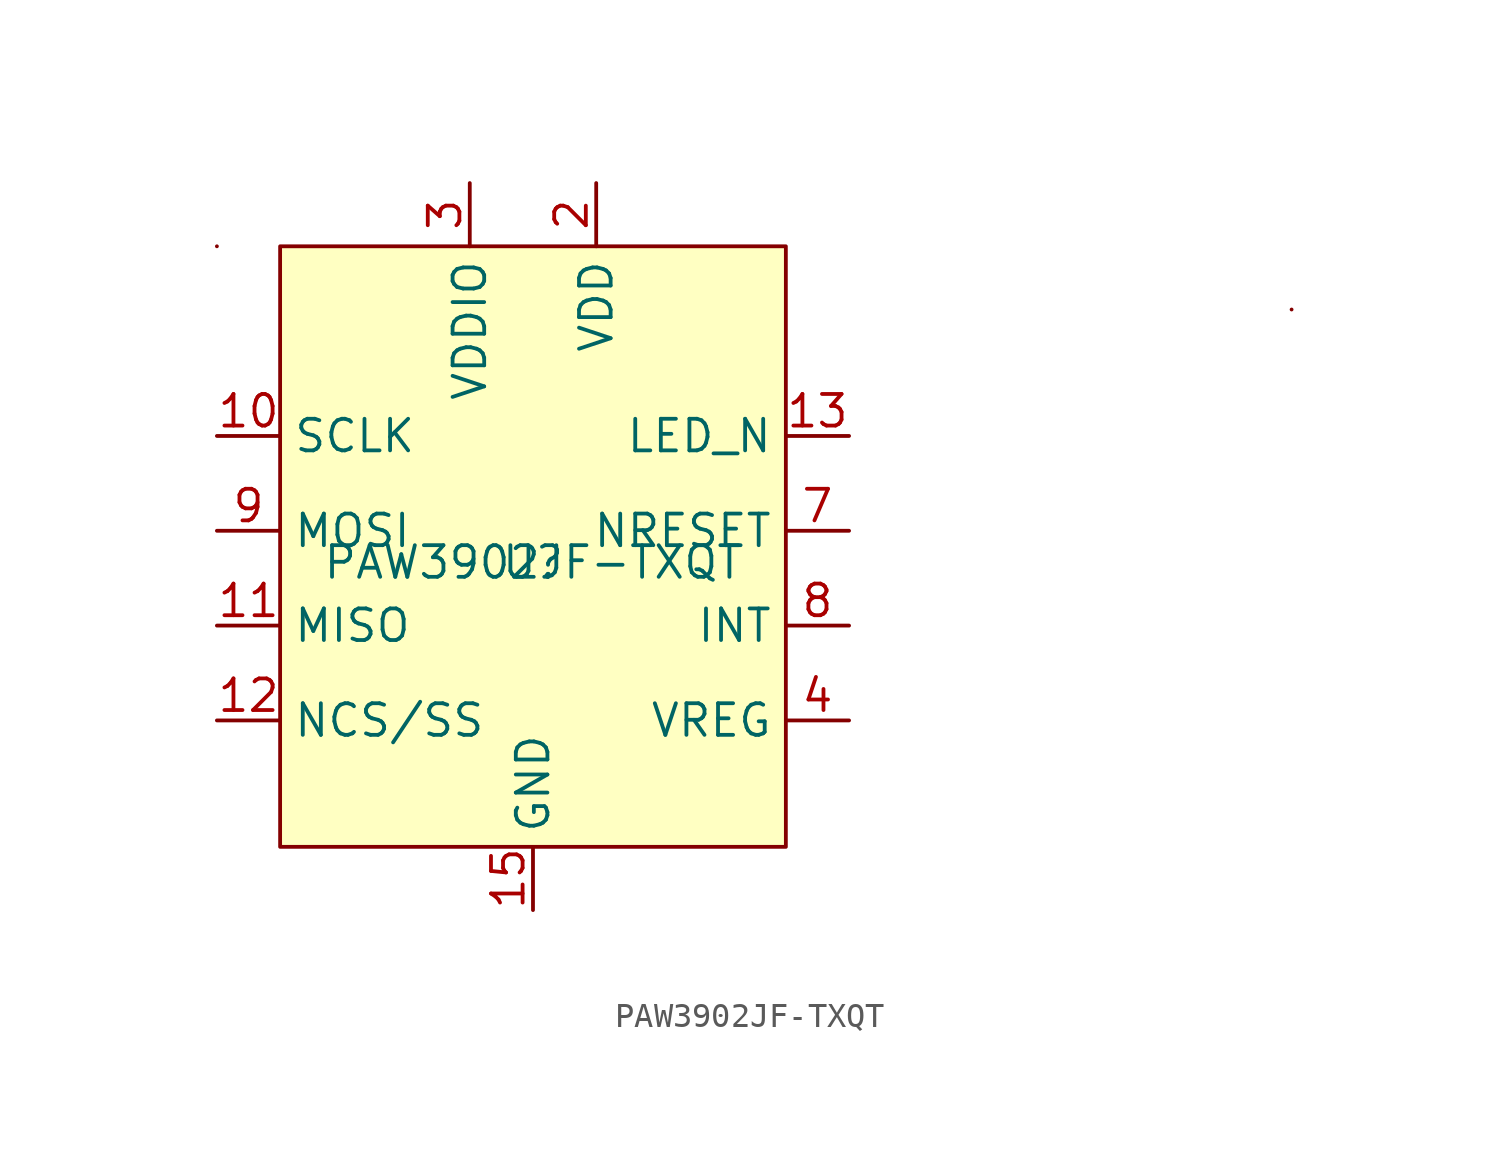
<source format=kicad_sym>
(kicad_symbol_lib
  (version 20211014)
  (generator kicad_symbol_editor)
  (symbol "PAW3902JF-TXQT"
    (property "Reference" "U"
      (at 0 0 0)
      (effects (font (size 1.27 1.27))))
    (property "Value" "PAW3902JF-TXQT"
      (at 0 0 0)
      (effects (font (size 1.27 1.27))))
    (symbol "PAW3902JF-TXQT_0_1"
      (rectangle (start -12.7 12.7) (end -12.7 12.7) (stroke (width 0) (type default) (color 0 0 0 0)) (fill (type none)))
      (rectangle (start -10.16 12.7) (end 10.16 -11.43) (stroke (width 0) (type default) (color 0 0 0 0)) (fill (type background)))
      (rectangle (start 30.48 10.16) (end 30.48 10.16) (stroke (width 0) (type default) (color 0 0 0 0)) (fill (type none))))
    (symbol "PAW3902JF-TXQT_1_1"
      (pin passive line (at -2.54 -13.97 90) (length 2.54) hide (name "GND" (effects (font (size 1.27 1.27)))) (number "1" (effects (font (size 1.27 1.27)))))
      (pin bidirectional line (at -12.7 5.08 0) (length 2.54) (name "SCLK" (effects (font (size 1.27 1.27)))) (number "10" (effects (font (size 1.27 1.27)))))
      (pin bidirectional line (at -12.7 -2.54 0) (length 2.54) (name "MISO" (effects (font (size 1.27 1.27)))) (number "11" (effects (font (size 1.27 1.27)))))
      (pin bidirectional line (at -12.7 -6.35 0) (length 2.54) (name "NCS/SS" (effects (font (size 1.27 1.27)))) (number "12" (effects (font (size 1.27 1.27)))))
      (pin output line (at 12.7 5.08 180) (length 2.54) (name "LED_N" (effects (font (size 1.27 1.27)))) (number "13" (effects (font (size 1.27 1.27)))))
      (pin passive line (at -5.08 -13.97 90) (length 2.54) hide (name "GND" (effects (font (size 1.27 1.27)))) (number "14" (effects (font (size 1.27 1.27)))))
      (pin power_in line (at 0 -13.97 90) (length 2.54) (name "GND" (effects (font (size 1.27 1.27)))) (number "15" (effects (font (size 1.27 1.27)))))
      (pin power_in line (at 2.54 15.24 270) (length 2.54) (name "VDD" (effects (font (size 1.27 1.27)))) (number "2" (effects (font (size 1.27 1.27)))))
      (pin power_in line (at -2.54 15.24 270) (length 2.54) (name "VDDIO" (effects (font (size 1.27 1.27)))) (number "3" (effects (font (size 1.27 1.27)))))
      (pin power_in line (at 12.7 -6.35 180) (length 2.54) (name "VREG" (effects (font (size 1.27 1.27)))) (number "4" (effects (font (size 1.27 1.27)))))
      (pin no_connect line (at 5.08 -11.43 90) (length 2.54) hide (name "NC" (effects (font (size 1.27 1.27)))) (number "5" (effects (font (size 1.27 1.27)))))
      (pin no_connect line (at 2.54 -11.43 90) (length 2.54) hide (name "NC" (effects (font (size 1.27 1.27)))) (number "6" (effects (font (size 1.27 1.27)))))
      (pin input line (at 12.7 1.27 180) (length 2.54) (name "NRESET" (effects (font (size 1.27 1.27)))) (number "7" (effects (font (size 1.27 1.27)))))
      (pin output line (at 12.7 -2.54 180) (length 2.54) (name "INT" (effects (font (size 1.27 1.27)))) (number "8" (effects (font (size 1.27 1.27)))))
      (pin bidirectional line (at -12.7 1.27 0) (length 2.54) (name "MOSI" (effects (font (size 1.27 1.27)))) (number "9" (effects (font (size 1.27 1.27))))))))
</source>
